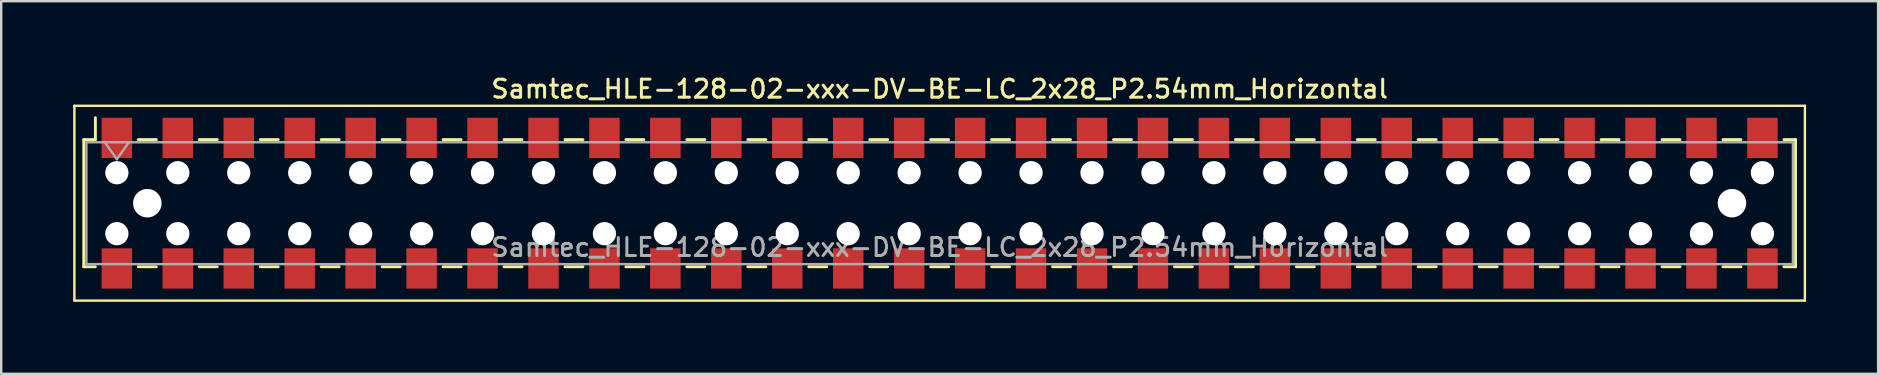
<source format=kicad_pcb>
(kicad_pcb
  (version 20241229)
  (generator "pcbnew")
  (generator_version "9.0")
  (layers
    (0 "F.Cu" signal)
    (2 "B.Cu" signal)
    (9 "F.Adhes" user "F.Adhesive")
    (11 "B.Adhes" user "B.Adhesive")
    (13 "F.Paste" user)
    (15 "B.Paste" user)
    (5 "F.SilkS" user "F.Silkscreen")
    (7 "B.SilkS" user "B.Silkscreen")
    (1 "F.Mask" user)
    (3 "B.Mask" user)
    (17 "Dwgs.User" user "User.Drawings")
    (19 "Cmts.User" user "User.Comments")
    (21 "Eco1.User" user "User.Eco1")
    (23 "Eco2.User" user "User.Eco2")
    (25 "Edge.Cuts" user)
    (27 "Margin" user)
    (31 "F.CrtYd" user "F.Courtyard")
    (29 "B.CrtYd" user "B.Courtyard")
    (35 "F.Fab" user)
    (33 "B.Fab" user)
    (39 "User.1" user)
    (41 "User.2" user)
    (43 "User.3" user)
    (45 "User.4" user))
  (footprint "Samtec_HLE-128-02-xxx-DV-BE-LC_2x28_P2.54mm_Horizontal"
    (layer "F.Cu")
    (at 36.11 5.418)
    (property "Reference" "Samtec_HLE-128-02-xxx-DV-BE-LC_2x28_P2.54mm_Horizontal" (at 0 -4.76 0) (layer "F.SilkS") (effects (font (size 0.75 0.75) (thickness 0.125))))
    (attr smd)
    (fp_line (start -36.06 -4.06) (end 36.06 -4.06) (stroke (width 0.1) (type solid)) (layer "F.SilkS"))
    (fp_line (start -36.06 4.06) (end -36.06 -4.06) (stroke (width 0.1) (type solid)) (layer "F.SilkS"))
    (fp_line (start -35.67 -2.65) (end -35.67 2.65) (stroke (width 0.12) (type solid)) (layer "F.SilkS"))
    (fp_line (start -35.67 2.65) (end -35.185 2.65) (stroke (width 0.12) (type solid)) (layer "F.SilkS"))
    (fp_line (start -35.185 -3.56) (end -35.185 -2.65) (stroke (width 0.12) (type solid)) (layer "F.SilkS"))
    (fp_line (start -35.185 -2.65) (end -35.67 -2.65) (stroke (width 0.12) (type solid)) (layer "F.SilkS"))
    (fp_line (start -33.395 -2.65) (end -32.645 -2.65) (stroke (width 0.12) (type solid)) (layer "F.SilkS"))
    (fp_line (start -33.395 2.65) (end -32.645 2.65) (stroke (width 0.12) (type solid)) (layer "F.SilkS"))
    (fp_line (start -30.855 -2.65) (end -30.105 -2.65) (stroke (width 0.12) (type solid)) (layer "F.SilkS"))
    (fp_line (start -30.855 2.65) (end -30.105 2.65) (stroke (width 0.12) (type solid)) (layer "F.SilkS"))
    (fp_line (start -28.315 -2.65) (end -27.565 -2.65) (stroke (width 0.12) (type solid)) (layer "F.SilkS"))
    (fp_line (start -28.315 2.65) (end -27.565 2.65) (stroke (width 0.12) (type solid)) (layer "F.SilkS"))
    (fp_line (start -25.775 -2.65) (end -25.025 -2.65) (stroke (width 0.12) (type solid)) (layer "F.SilkS"))
    (fp_line (start -25.775 2.65) (end -25.025 2.65) (stroke (width 0.12) (type solid)) (layer "F.SilkS"))
    (fp_line (start -23.235 -2.65) (end -22.485 -2.65) (stroke (width 0.12) (type solid)) (layer "F.SilkS"))
    (fp_line (start -23.235 2.65) (end -22.485 2.65) (stroke (width 0.12) (type solid)) (layer "F.SilkS"))
    (fp_line (start -20.695 -2.65) (end -19.945 -2.65) (stroke (width 0.12) (type solid)) (layer "F.SilkS"))
    (fp_line (start -20.695 2.65) (end -19.945 2.65) (stroke (width 0.12) (type solid)) (layer "F.SilkS"))
    (fp_line (start -18.155 -2.65) (end -17.405 -2.65) (stroke (width 0.12) (type solid)) (layer "F.SilkS"))
    (fp_line (start -18.155 2.65) (end -17.405 2.65) (stroke (width 0.12) (type solid)) (layer "F.SilkS"))
    (fp_line (start -15.615 -2.65) (end -14.865 -2.65) (stroke (width 0.12) (type solid)) (layer "F.SilkS"))
    (fp_line (start -15.615 2.65) (end -14.865 2.65) (stroke (width 0.12) (type solid)) (layer "F.SilkS"))
    (fp_line (start -13.075 -2.65) (end -12.325 -2.65) (stroke (width 0.12) (type solid)) (layer "F.SilkS"))
    (fp_line (start -13.075 2.65) (end -12.325 2.65) (stroke (width 0.12) (type solid)) (layer "F.SilkS"))
    (fp_line (start -10.535 -2.65) (end -9.785 -2.65) (stroke (width 0.12) (type solid)) (layer "F.SilkS"))
    (fp_line (start -10.535 2.65) (end -9.785 2.65) (stroke (width 0.12) (type solid)) (layer "F.SilkS"))
    (fp_line (start -7.995 -2.65) (end -7.245 -2.65) (stroke (width 0.12) (type solid)) (layer "F.SilkS"))
    (fp_line (start -7.995 2.65) (end -7.245 2.65) (stroke (width 0.12) (type solid)) (layer "F.SilkS"))
    (fp_line (start -5.455 -2.65) (end -4.705 -2.65) (stroke (width 0.12) (type solid)) (layer "F.SilkS"))
    (fp_line (start -5.455 2.65) (end -4.705 2.65) (stroke (width 0.12) (type solid)) (layer "F.SilkS"))
    (fp_line (start -2.915 -2.65) (end -2.165 -2.65) (stroke (width 0.12) (type solid)) (layer "F.SilkS"))
    (fp_line (start -2.915 2.65) (end -2.165 2.65) (stroke (width 0.12) (type solid)) (layer "F.SilkS"))
    (fp_line (start -0.375 -2.65) (end 0.375 -2.65) (stroke (width 0.12) (type solid)) (layer "F.SilkS"))
    (fp_line (start -0.375 2.65) (end 0.375 2.65) (stroke (width 0.12) (type solid)) (layer "F.SilkS"))
    (fp_line (start 2.165 -2.65) (end 2.915 -2.65) (stroke (width 0.12) (type solid)) (layer "F.SilkS"))
    (fp_line (start 2.165 2.65) (end 2.915 2.65) (stroke (width 0.12) (type solid)) (layer "F.SilkS"))
    (fp_line (start 4.705 -2.65) (end 5.455 -2.65) (stroke (width 0.12) (type solid)) (layer "F.SilkS"))
    (fp_line (start 4.705 2.65) (end 5.455 2.65) (stroke (width 0.12) (type solid)) (layer "F.SilkS"))
    (fp_line (start 7.245 -2.65) (end 7.995 -2.65) (stroke (width 0.12) (type solid)) (layer "F.SilkS"))
    (fp_line (start 7.245 2.65) (end 7.995 2.65) (stroke (width 0.12) (type solid)) (layer "F.SilkS"))
    (fp_line (start 9.785 -2.65) (end 10.535 -2.65) (stroke (width 0.12) (type solid)) (layer "F.SilkS"))
    (fp_line (start 9.785 2.65) (end 10.535 2.65) (stroke (width 0.12) (type solid)) (layer "F.SilkS"))
    (fp_line (start 12.325 -2.65) (end 13.075 -2.65) (stroke (width 0.12) (type solid)) (layer "F.SilkS"))
    (fp_line (start 12.325 2.65) (end 13.075 2.65) (stroke (width 0.12) (type solid)) (layer "F.SilkS"))
    (fp_line (start 14.865 -2.65) (end 15.615 -2.65) (stroke (width 0.12) (type solid)) (layer "F.SilkS"))
    (fp_line (start 14.865 2.65) (end 15.615 2.65) (stroke (width 0.12) (type solid)) (layer "F.SilkS"))
    (fp_line (start 17.405 -2.65) (end 18.155 -2.65) (stroke (width 0.12) (type solid)) (layer "F.SilkS"))
    (fp_line (start 17.405 2.65) (end 18.155 2.65) (stroke (width 0.12) (type solid)) (layer "F.SilkS"))
    (fp_line (start 19.945 -2.65) (end 20.695 -2.65) (stroke (width 0.12) (type solid)) (layer "F.SilkS"))
    (fp_line (start 19.945 2.65) (end 20.695 2.65) (stroke (width 0.12) (type solid)) (layer "F.SilkS"))
    (fp_line (start 22.485 -2.65) (end 23.235 -2.65) (stroke (width 0.12) (type solid)) (layer "F.SilkS"))
    (fp_line (start 22.485 2.65) (end 23.235 2.65) (stroke (width 0.12) (type solid)) (layer "F.SilkS"))
    (fp_line (start 25.025 -2.65) (end 25.775 -2.65) (stroke (width 0.12) (type solid)) (layer "F.SilkS"))
    (fp_line (start 25.025 2.65) (end 25.775 2.65) (stroke (width 0.12) (type solid)) (layer "F.SilkS"))
    (fp_line (start 27.565 -2.65) (end 28.315 -2.65) (stroke (width 0.12) (type solid)) (layer "F.SilkS"))
    (fp_line (start 27.565 2.65) (end 28.315 2.65) (stroke (width 0.12) (type solid)) (layer "F.SilkS"))
    (fp_line (start 30.105 -2.65) (end 30.855 -2.65) (stroke (width 0.12) (type solid)) (layer "F.SilkS"))
    (fp_line (start 30.105 2.65) (end 30.855 2.65) (stroke (width 0.12) (type solid)) (layer "F.SilkS"))
    (fp_line (start 32.645 -2.65) (end 33.395 -2.65) (stroke (width 0.12) (type solid)) (layer "F.SilkS"))
    (fp_line (start 32.645 2.65) (end 33.395 2.65) (stroke (width 0.12) (type solid)) (layer "F.SilkS"))
    (fp_line (start 35.185 -2.65) (end 35.67 -2.65) (stroke (width 0.12) (type solid)) (layer "F.SilkS"))
    (fp_line (start 35.67 -2.65) (end 35.67 2.65) (stroke (width 0.12) (type solid)) (layer "F.SilkS"))
    (fp_line (start 35.67 2.65) (end 35.185 2.65) (stroke (width 0.12) (type solid)) (layer "F.SilkS"))
    (fp_line (start 36.06 -4.06) (end 36.06 4.06) (stroke (width 0.1) (type solid)) (layer "F.SilkS"))
    (fp_line (start 36.06 4.06) (end -36.06 4.06) (stroke (width 0.1) (type solid)) (layer "F.SilkS"))
    (fp_line (start -35.56 -2.54) (end 35.56 -2.54) (stroke (width 0.1) (type solid)) (layer "F.Fab"))
    (fp_line (start -35.56 2.54) (end -35.56 -2.54) (stroke (width 0.1) (type solid)) (layer "F.Fab"))
    (fp_line (start -34.79 -2.54) (end -34.29 -1.833) (stroke (width 0.1) (type solid)) (layer "F.Fab"))
    (fp_line (start -34.29 -1.833) (end -33.79 -2.54) (stroke (width 0.1) (type solid)) (layer "F.Fab"))
    (fp_line (start 35.56 -2.54) (end 35.56 2.54) (stroke (width 0.1) (type solid)) (layer "F.Fab"))
    (fp_line (start 35.56 2.54) (end -35.56 2.54) (stroke (width 0.1) (type solid)) (layer "F.Fab"))
    (fp_text user "${REFERENCE}" (at 0 1.84 0) (layer "F.Fab") (effects (font (size 0.75 0.75) (thickness 0.125))))
    (pad "" np_thru_hole circle (at -34.29 -1.27) (size 0.97 0.97) (drill 0.97) (layers "*.Cu" "*.Mask"))
    (pad "" np_thru_hole circle (at -34.29 1.27) (size 0.97 0.97) (drill 0.97) (layers "*.Cu" "*.Mask"))
    (pad "" np_thru_hole circle (at -33.02 0) (size 1.19 1.19) (drill 1.19) (layers "*.Cu" "*.Mask"))
    (pad "" np_thru_hole circle (at -31.75 -1.27) (size 0.97 0.97) (drill 0.97) (layers "*.Cu" "*.Mask"))
    (pad "" np_thru_hole circle (at -31.75 1.27) (size 0.97 0.97) (drill 0.97) (layers "*.Cu" "*.Mask"))
    (pad "" np_thru_hole circle (at -29.21 -1.27) (size 0.97 0.97) (drill 0.97) (layers "*.Cu" "*.Mask"))
    (pad "" np_thru_hole circle (at -29.21 1.27) (size 0.97 0.97) (drill 0.97) (layers "*.Cu" "*.Mask"))
    (pad "" np_thru_hole circle (at -26.67 -1.27) (size 0.97 0.97) (drill 0.97) (layers "*.Cu" "*.Mask"))
    (pad "" np_thru_hole circle (at -26.67 1.27) (size 0.97 0.97) (drill 0.97) (layers "*.Cu" "*.Mask"))
    (pad "" np_thru_hole circle (at -24.13 -1.27) (size 0.97 0.97) (drill 0.97) (layers "*.Cu" "*.Mask"))
    (pad "" np_thru_hole circle (at -24.13 1.27) (size 0.97 0.97) (drill 0.97) (layers "*.Cu" "*.Mask"))
    (pad "" np_thru_hole circle (at -21.59 -1.27) (size 0.97 0.97) (drill 0.97) (layers "*.Cu" "*.Mask"))
    (pad "" np_thru_hole circle (at -21.59 1.27) (size 0.97 0.97) (drill 0.97) (layers "*.Cu" "*.Mask"))
    (pad "" np_thru_hole circle (at -19.05 -1.27) (size 0.97 0.97) (drill 0.97) (layers "*.Cu" "*.Mask"))
    (pad "" np_thru_hole circle (at -19.05 1.27) (size 0.97 0.97) (drill 0.97) (layers "*.Cu" "*.Mask"))
    (pad "" np_thru_hole circle (at -16.51 -1.27) (size 0.97 0.97) (drill 0.97) (layers "*.Cu" "*.Mask"))
    (pad "" np_thru_hole circle (at -16.51 1.27) (size 0.97 0.97) (drill 0.97) (layers "*.Cu" "*.Mask"))
    (pad "" np_thru_hole circle (at -13.97 -1.27) (size 0.97 0.97) (drill 0.97) (layers "*.Cu" "*.Mask"))
    (pad "" np_thru_hole circle (at -13.97 1.27) (size 0.97 0.97) (drill 0.97) (layers "*.Cu" "*.Mask"))
    (pad "" np_thru_hole circle (at -11.43 -1.27) (size 0.97 0.97) (drill 0.97) (layers "*.Cu" "*.Mask"))
    (pad "" np_thru_hole circle (at -11.43 1.27) (size 0.97 0.97) (drill 0.97) (layers "*.Cu" "*.Mask"))
    (pad "" np_thru_hole circle (at -8.89 -1.27) (size 0.97 0.97) (drill 0.97) (layers "*.Cu" "*.Mask"))
    (pad "" np_thru_hole circle (at -8.89 1.27) (size 0.97 0.97) (drill 0.97) (layers "*.Cu" "*.Mask"))
    (pad "" np_thru_hole circle (at -6.35 -1.27) (size 0.97 0.97) (drill 0.97) (layers "*.Cu" "*.Mask"))
    (pad "" np_thru_hole circle (at -6.35 1.27) (size 0.97 0.97) (drill 0.97) (layers "*.Cu" "*.Mask"))
    (pad "" np_thru_hole circle (at -3.81 -1.27) (size 0.97 0.97) (drill 0.97) (layers "*.Cu" "*.Mask"))
    (pad "" np_thru_hole circle (at -3.81 1.27) (size 0.97 0.97) (drill 0.97) (layers "*.Cu" "*.Mask"))
    (pad "" np_thru_hole circle (at -1.27 -1.27) (size 0.97 0.97) (drill 0.97) (layers "*.Cu" "*.Mask"))
    (pad "" np_thru_hole circle (at -1.27 1.27) (size 0.97 0.97) (drill 0.97) (layers "*.Cu" "*.Mask"))
    (pad "" np_thru_hole circle (at 1.27 -1.27) (size 0.97 0.97) (drill 0.97) (layers "*.Cu" "*.Mask"))
    (pad "" np_thru_hole circle (at 1.27 1.27) (size 0.97 0.97) (drill 0.97) (layers "*.Cu" "*.Mask"))
    (pad "" np_thru_hole circle (at 3.81 -1.27) (size 0.97 0.97) (drill 0.97) (layers "*.Cu" "*.Mask"))
    (pad "" np_thru_hole circle (at 3.81 1.27) (size 0.97 0.97) (drill 0.97) (layers "*.Cu" "*.Mask"))
    (pad "" np_thru_hole circle (at 6.35 -1.27) (size 0.97 0.97) (drill 0.97) (layers "*.Cu" "*.Mask"))
    (pad "" np_thru_hole circle (at 6.35 1.27) (size 0.97 0.97) (drill 0.97) (layers "*.Cu" "*.Mask"))
    (pad "" np_thru_hole circle (at 8.89 -1.27) (size 0.97 0.97) (drill 0.97) (layers "*.Cu" "*.Mask"))
    (pad "" np_thru_hole circle (at 8.89 1.27) (size 0.97 0.97) (drill 0.97) (layers "*.Cu" "*.Mask"))
    (pad "" np_thru_hole circle (at 11.43 -1.27) (size 0.97 0.97) (drill 0.97) (layers "*.Cu" "*.Mask"))
    (pad "" np_thru_hole circle (at 11.43 1.27) (size 0.97 0.97) (drill 0.97) (layers "*.Cu" "*.Mask"))
    (pad "" np_thru_hole circle (at 13.97 -1.27) (size 0.97 0.97) (drill 0.97) (layers "*.Cu" "*.Mask"))
    (pad "" np_thru_hole circle (at 13.97 1.27) (size 0.97 0.97) (drill 0.97) (layers "*.Cu" "*.Mask"))
    (pad "" np_thru_hole circle (at 16.51 -1.27) (size 0.97 0.97) (drill 0.97) (layers "*.Cu" "*.Mask"))
    (pad "" np_thru_hole circle (at 16.51 1.27) (size 0.97 0.97) (drill 0.97) (layers "*.Cu" "*.Mask"))
    (pad "" np_thru_hole circle (at 19.05 -1.27) (size 0.97 0.97) (drill 0.97) (layers "*.Cu" "*.Mask"))
    (pad "" np_thru_hole circle (at 19.05 1.27) (size 0.97 0.97) (drill 0.97) (layers "*.Cu" "*.Mask"))
    (pad "" np_thru_hole circle (at 21.59 -1.27) (size 0.97 0.97) (drill 0.97) (layers "*.Cu" "*.Mask"))
    (pad "" np_thru_hole circle (at 21.59 1.27) (size 0.97 0.97) (drill 0.97) (layers "*.Cu" "*.Mask"))
    (pad "" np_thru_hole circle (at 24.13 -1.27) (size 0.97 0.97) (drill 0.97) (layers "*.Cu" "*.Mask"))
    (pad "" np_thru_hole circle (at 24.13 1.27) (size 0.97 0.97) (drill 0.97) (layers "*.Cu" "*.Mask"))
    (pad "" np_thru_hole circle (at 26.67 -1.27) (size 0.97 0.97) (drill 0.97) (layers "*.Cu" "*.Mask"))
    (pad "" np_thru_hole circle (at 26.67 1.27) (size 0.97 0.97) (drill 0.97) (layers "*.Cu" "*.Mask"))
    (pad "" np_thru_hole circle (at 29.21 -1.27) (size 0.97 0.97) (drill 0.97) (layers "*.Cu" "*.Mask"))
    (pad "" np_thru_hole circle (at 29.21 1.27) (size 0.97 0.97) (drill 0.97) (layers "*.Cu" "*.Mask"))
    (pad "" np_thru_hole circle (at 31.75 -1.27) (size 0.97 0.97) (drill 0.97) (layers "*.Cu" "*.Mask"))
    (pad "" np_thru_hole circle (at 31.75 1.27) (size 0.97 0.97) (drill 0.97) (layers "*.Cu" "*.Mask"))
    (pad "" np_thru_hole circle (at 33.02 0) (size 1.19 1.19) (drill 1.19) (layers "*.Cu" "*.Mask"))
    (pad "" np_thru_hole circle (at 34.29 -1.27) (size 0.97 0.97) (drill 0.97) (layers "*.Cu" "*.Mask"))
    (pad "" np_thru_hole circle (at 34.29 1.27) (size 0.97 0.97) (drill 0.97) (layers "*.Cu" "*.Mask"))
    (pad "1" smd rect (at -34.29 -2.72) (size 1.27 1.68) (layers "F.Cu" "F.Mask" "F.Paste"))
    (pad "2" smd rect (at -34.29 2.72) (size 1.27 1.68) (layers "F.Cu" "F.Mask" "F.Paste"))
    (pad "3" smd rect (at -31.75 -2.72) (size 1.27 1.68) (layers "F.Cu" "F.Mask" "F.Paste"))
    (pad "4" smd rect (at -31.75 2.72) (size 1.27 1.68) (layers "F.Cu" "F.Mask" "F.Paste"))
    (pad "5" smd rect (at -29.21 -2.72) (size 1.27 1.68) (layers "F.Cu" "F.Mask" "F.Paste"))
    (pad "6" smd rect (at -29.21 2.72) (size 1.27 1.68) (layers "F.Cu" "F.Mask" "F.Paste"))
    (pad "7" smd rect (at -26.67 -2.72) (size 1.27 1.68) (layers "F.Cu" "F.Mask" "F.Paste"))
    (pad "8" smd rect (at -26.67 2.72) (size 1.27 1.68) (layers "F.Cu" "F.Mask" "F.Paste"))
    (pad "9" smd rect (at -24.13 -2.72) (size 1.27 1.68) (layers "F.Cu" "F.Mask" "F.Paste"))
    (pad "10" smd rect (at -24.13 2.72) (size 1.27 1.68) (layers "F.Cu" "F.Mask" "F.Paste"))
    (pad "11" smd rect (at -21.59 -2.72) (size 1.27 1.68) (layers "F.Cu" "F.Mask" "F.Paste"))
    (pad "12" smd rect (at -21.59 2.72) (size 1.27 1.68) (layers "F.Cu" "F.Mask" "F.Paste"))
    (pad "13" smd rect (at -19.05 -2.72) (size 1.27 1.68) (layers "F.Cu" "F.Mask" "F.Paste"))
    (pad "14" smd rect (at -19.05 2.72) (size 1.27 1.68) (layers "F.Cu" "F.Mask" "F.Paste"))
    (pad "15" smd rect (at -16.51 -2.72) (size 1.27 1.68) (layers "F.Cu" "F.Mask" "F.Paste"))
    (pad "16" smd rect (at -16.51 2.72) (size 1.27 1.68) (layers "F.Cu" "F.Mask" "F.Paste"))
    (pad "17" smd rect (at -13.97 -2.72) (size 1.27 1.68) (layers "F.Cu" "F.Mask" "F.Paste"))
    (pad "18" smd rect (at -13.97 2.72) (size 1.27 1.68) (layers "F.Cu" "F.Mask" "F.Paste"))
    (pad "19" smd rect (at -11.43 -2.72) (size 1.27 1.68) (layers "F.Cu" "F.Mask" "F.Paste"))
    (pad "20" smd rect (at -11.43 2.72) (size 1.27 1.68) (layers "F.Cu" "F.Mask" "F.Paste"))
    (pad "21" smd rect (at -8.89 -2.72) (size 1.27 1.68) (layers "F.Cu" "F.Mask" "F.Paste"))
    (pad "22" smd rect (at -8.89 2.72) (size 1.27 1.68) (layers "F.Cu" "F.Mask" "F.Paste"))
    (pad "23" smd rect (at -6.35 -2.72) (size 1.27 1.68) (layers "F.Cu" "F.Mask" "F.Paste"))
    (pad "24" smd rect (at -6.35 2.72) (size 1.27 1.68) (layers "F.Cu" "F.Mask" "F.Paste"))
    (pad "25" smd rect (at -3.81 -2.72) (size 1.27 1.68) (layers "F.Cu" "F.Mask" "F.Paste"))
    (pad "26" smd rect (at -3.81 2.72) (size 1.27 1.68) (layers "F.Cu" "F.Mask" "F.Paste"))
    (pad "27" smd rect (at -1.27 -2.72) (size 1.27 1.68) (layers "F.Cu" "F.Mask" "F.Paste"))
    (pad "28" smd rect (at -1.27 2.72) (size 1.27 1.68) (layers "F.Cu" "F.Mask" "F.Paste"))
    (pad "29" smd rect (at 1.27 -2.72) (size 1.27 1.68) (layers "F.Cu" "F.Mask" "F.Paste"))
    (pad "30" smd rect (at 1.27 2.72) (size 1.27 1.68) (layers "F.Cu" "F.Mask" "F.Paste"))
    (pad "31" smd rect (at 3.81 -2.72) (size 1.27 1.68) (layers "F.Cu" "F.Mask" "F.Paste"))
    (pad "32" smd rect (at 3.81 2.72) (size 1.27 1.68) (layers "F.Cu" "F.Mask" "F.Paste"))
    (pad "33" smd rect (at 6.35 -2.72) (size 1.27 1.68) (layers "F.Cu" "F.Mask" "F.Paste"))
    (pad "34" smd rect (at 6.35 2.72) (size 1.27 1.68) (layers "F.Cu" "F.Mask" "F.Paste"))
    (pad "35" smd rect (at 8.89 -2.72) (size 1.27 1.68) (layers "F.Cu" "F.Mask" "F.Paste"))
    (pad "36" smd rect (at 8.89 2.72) (size 1.27 1.68) (layers "F.Cu" "F.Mask" "F.Paste"))
    (pad "37" smd rect (at 11.43 -2.72) (size 1.27 1.68) (layers "F.Cu" "F.Mask" "F.Paste"))
    (pad "38" smd rect (at 11.43 2.72) (size 1.27 1.68) (layers "F.Cu" "F.Mask" "F.Paste"))
    (pad "39" smd rect (at 13.97 -2.72) (size 1.27 1.68) (layers "F.Cu" "F.Mask" "F.Paste"))
    (pad "40" smd rect (at 13.97 2.72) (size 1.27 1.68) (layers "F.Cu" "F.Mask" "F.Paste"))
    (pad "41" smd rect (at 16.51 -2.72) (size 1.27 1.68) (layers "F.Cu" "F.Mask" "F.Paste"))
    (pad "42" smd rect (at 16.51 2.72) (size 1.27 1.68) (layers "F.Cu" "F.Mask" "F.Paste"))
    (pad "43" smd rect (at 19.05 -2.72) (size 1.27 1.68) (layers "F.Cu" "F.Mask" "F.Paste"))
    (pad "44" smd rect (at 19.05 2.72) (size 1.27 1.68) (layers "F.Cu" "F.Mask" "F.Paste"))
    (pad "45" smd rect (at 21.59 -2.72) (size 1.27 1.68) (layers "F.Cu" "F.Mask" "F.Paste"))
    (pad "46" smd rect (at 21.59 2.72) (size 1.27 1.68) (layers "F.Cu" "F.Mask" "F.Paste"))
    (pad "47" smd rect (at 24.13 -2.72) (size 1.27 1.68) (layers "F.Cu" "F.Mask" "F.Paste"))
    (pad "48" smd rect (at 24.13 2.72) (size 1.27 1.68) (layers "F.Cu" "F.Mask" "F.Paste"))
    (pad "49" smd rect (at 26.67 -2.72) (size 1.27 1.68) (layers "F.Cu" "F.Mask" "F.Paste"))
    (pad "50" smd rect (at 26.67 2.72) (size 1.27 1.68) (layers "F.Cu" "F.Mask" "F.Paste"))
    (pad "51" smd rect (at 29.21 -2.72) (size 1.27 1.68) (layers "F.Cu" "F.Mask" "F.Paste"))
    (pad "52" smd rect (at 29.21 2.72) (size 1.27 1.68) (layers "F.Cu" "F.Mask" "F.Paste"))
    (pad "53" smd rect (at 31.75 -2.72) (size 1.27 1.68) (layers "F.Cu" "F.Mask" "F.Paste"))
    (pad "54" smd rect (at 31.75 2.72) (size 1.27 1.68) (layers "F.Cu" "F.Mask" "F.Paste"))
    (pad "55" smd rect (at 34.29 -2.72) (size 1.27 1.68) (layers "F.Cu" "F.Mask" "F.Paste"))
    (pad "56" smd rect (at 34.29 2.72) (size 1.27 1.68) (layers "F.Cu" "F.Mask" "F.Paste")))
  (gr_rect
    (start -3 -3)
    (end 75.22 12.528)
    (stroke (width 0.1) (type default))
    (fill no)
    (layer "Edge.Cuts")))
</source>
